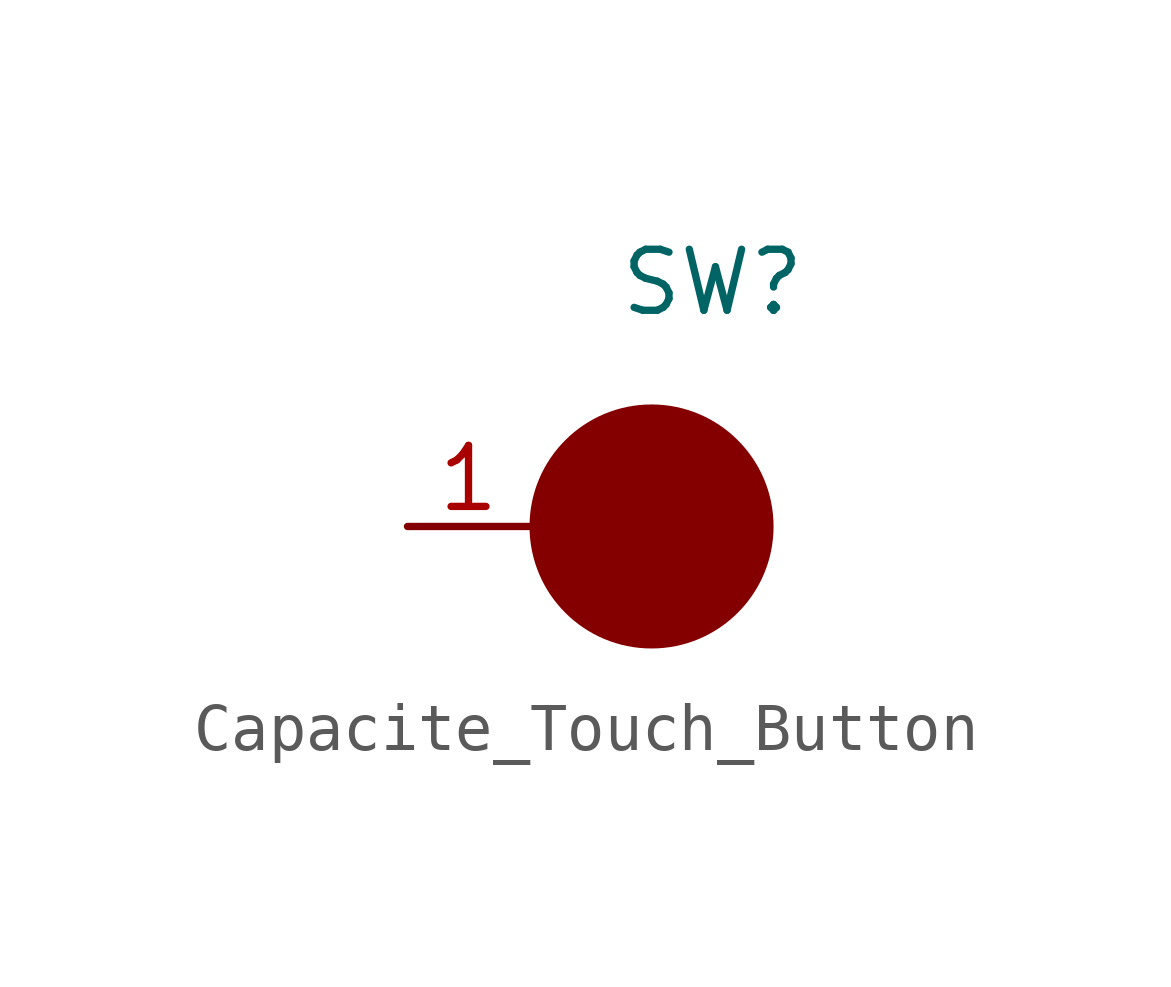
<source format=kicad_sym>
(kicad_symbol_lib
  (version 20231120)
  (generator "kicad_symbol_editor")
  (generator_version "8.0")
  (symbol "Capacite_Touch_Button"
    (property "Reference" "SW"
      (at 3.81 5.08 0)
      (effects (font (size 1.27 1.27))))
    (property "Value" ""
      (at 0 0 0)
      (effects (font (size 1.27 1.27))))
    (symbol "Capacite_Touch_Button_1_1"
      (circle (center 2.54 0) (radius 2.54) (stroke (width -0.0001) (type default)) (fill (type outline)))
      (pin passive line (at -2.54 0 0) (length 2.54) (name "" (effects (font (size 1.27 1.27)))) (number "1" (effects (font (size 1.27 1.27))))))))
</source>
